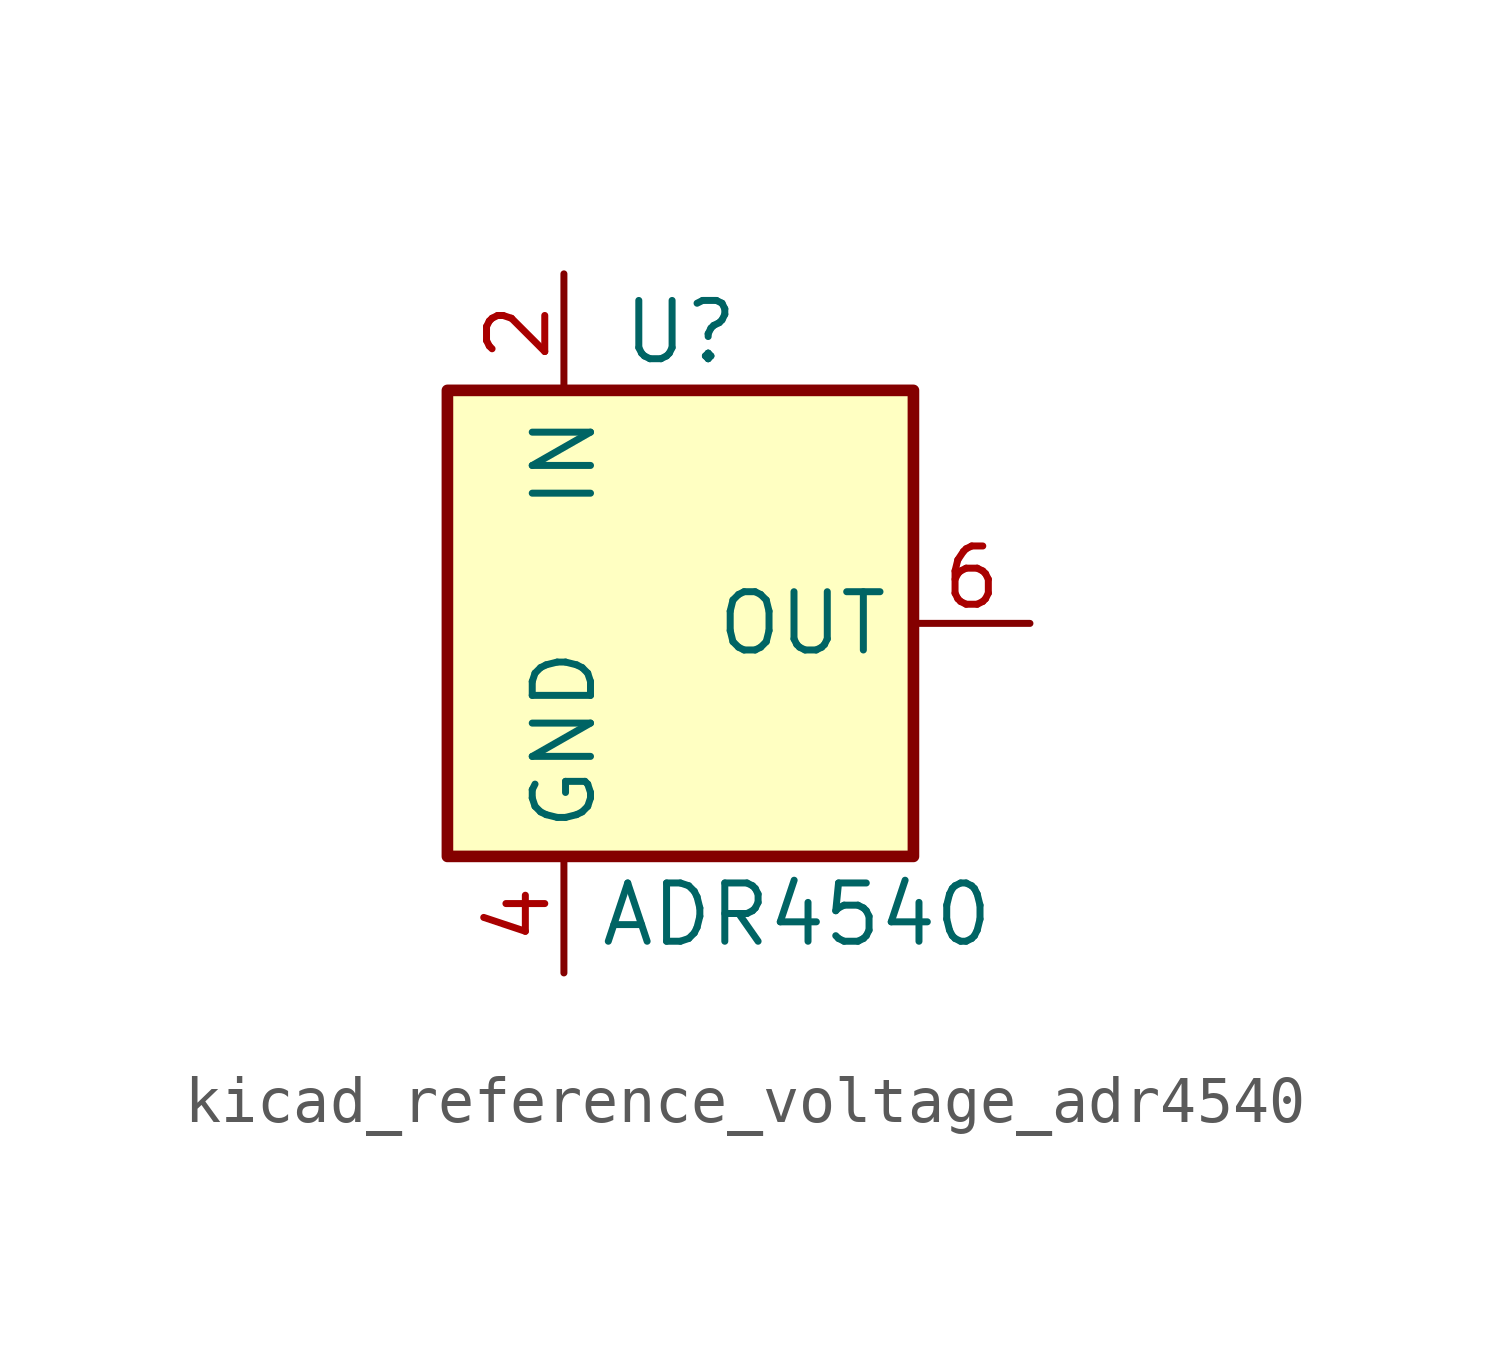
<source format=kicad_sym>
(kicad_symbol_lib
  (version 20220914)
  (generator kicad_symbol_editor)
  (symbol "kicad_reference_voltage_adr4540"
    (property "Reference" "U"
      (at 0 6.35 0)
      (effects (font (size 1.27 1.27))))
    (property "Value" "ADR4540"
      (at 2.54 -6.35 0)
      (effects (font (size 1.27 1.27))))
    (symbol "kicad_reference_voltage_adr4540_0_0"
      (pin no_connect line (at -5.08 0 0) (length 2.54) hide (name "NC" (effects (font (size 1.27 1.27)))) (number "3" (effects (font (size 1.27 1.27)))))
      (pin no_connect line (at 5.08 2.54 180) (length 2.54) hide (name "NC" (effects (font (size 1.27 1.27)))) (number "7" (effects (font (size 1.27 1.27)))))
      (pin no_connect line (at 5.08 -2.54 180) (length 2.54) hide (name "NC" (effects (font (size 1.27 1.27)))) (number "8" (effects (font (size 1.27 1.27))))))
    (symbol "kicad_reference_voltage_adr4540_0_1"
      (rectangle (start -5.08 5.08) (end 5.08 -5.08) (stroke (width 0.254) (type default)) (fill (type background))))
    (symbol "kicad_reference_voltage_adr4540_1_1"
      (pin no_connect line (at -5.08 2.54 0) (length 2.54) hide (name "NC" (effects (font (size 1.27 1.27)))) (number "1" (effects (font (size 1.27 1.27)))))
      (pin power_in line (at -2.54 7.62 270) (length 2.54) (name "IN" (effects (font (size 1.27 1.27)))) (number "2" (effects (font (size 1.27 1.27)))))
      (pin power_in line (at -2.54 -7.62 90) (length 2.54) (name "GND" (effects (font (size 1.27 1.27)))) (number "4" (effects (font (size 1.27 1.27)))))
      (pin no_connect line (at -5.08 -2.54 0) (length 2.54) hide (name "NC" (effects (font (size 1.27 1.27)))) (number "5" (effects (font (size 1.27 1.27)))))
      (pin power_out line (at 7.62 0 180) (length 2.54) (name "OUT" (effects (font (size 1.27 1.27)))) (number "6" (effects (font (size 1.27 1.27))))))))
</source>
